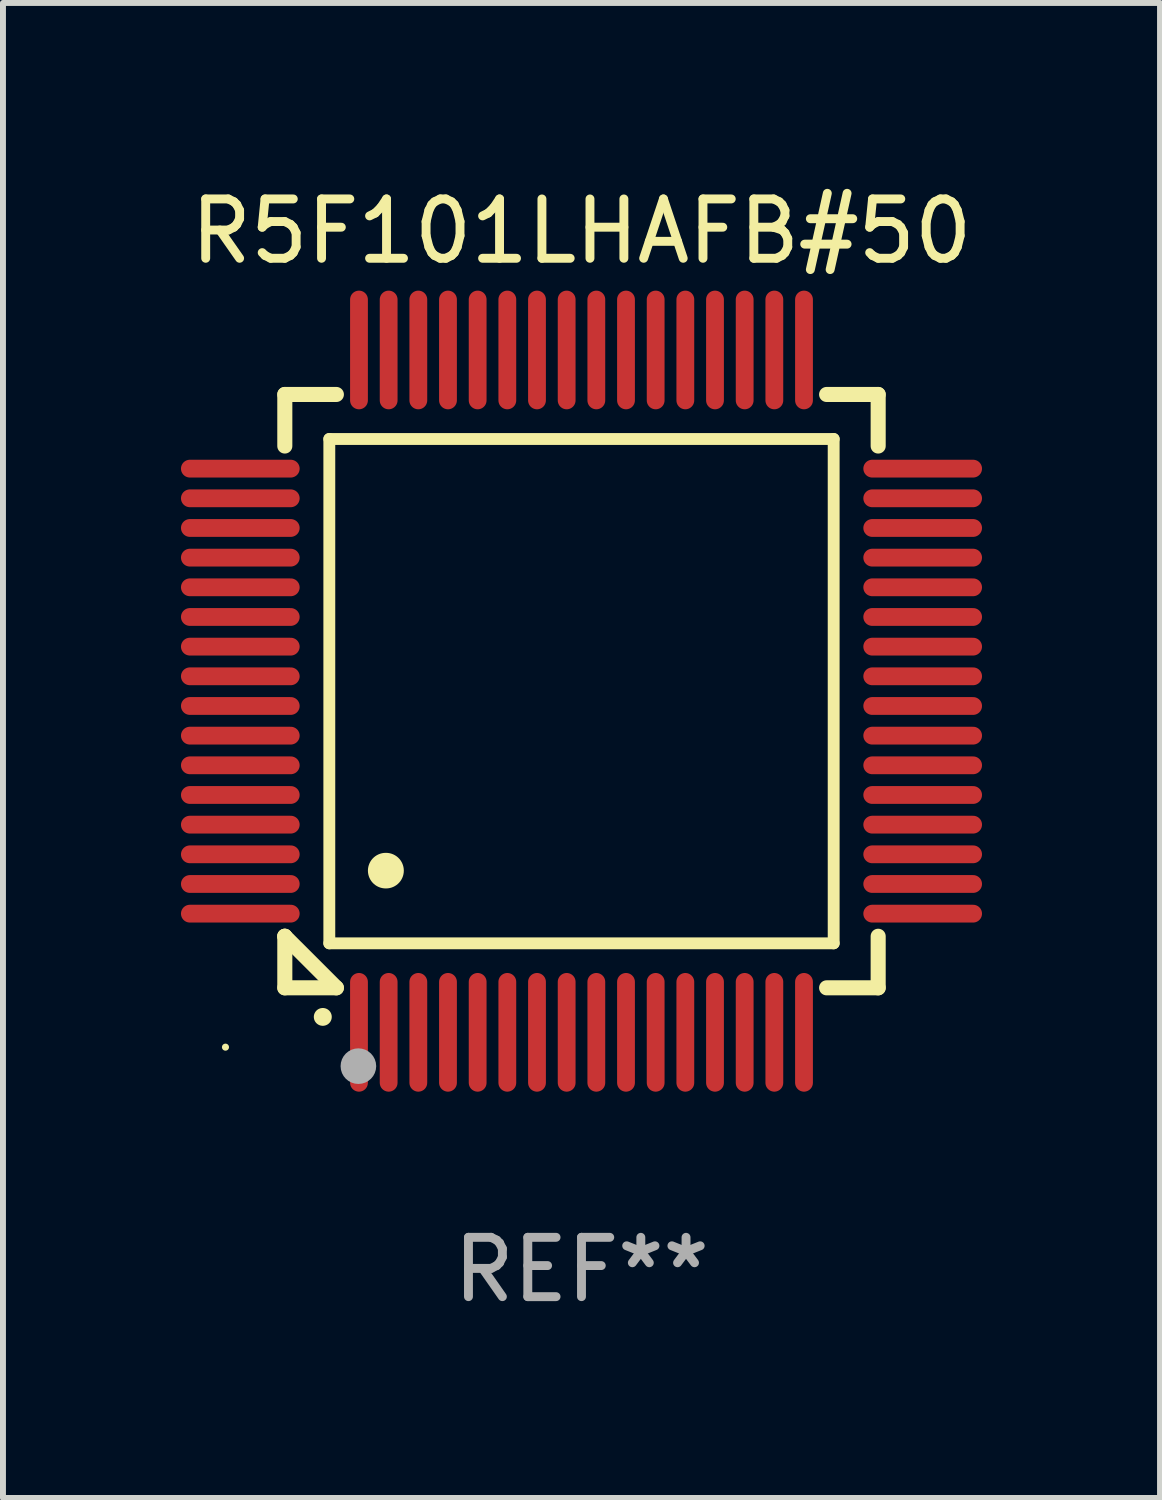
<source format=kicad_pcb>
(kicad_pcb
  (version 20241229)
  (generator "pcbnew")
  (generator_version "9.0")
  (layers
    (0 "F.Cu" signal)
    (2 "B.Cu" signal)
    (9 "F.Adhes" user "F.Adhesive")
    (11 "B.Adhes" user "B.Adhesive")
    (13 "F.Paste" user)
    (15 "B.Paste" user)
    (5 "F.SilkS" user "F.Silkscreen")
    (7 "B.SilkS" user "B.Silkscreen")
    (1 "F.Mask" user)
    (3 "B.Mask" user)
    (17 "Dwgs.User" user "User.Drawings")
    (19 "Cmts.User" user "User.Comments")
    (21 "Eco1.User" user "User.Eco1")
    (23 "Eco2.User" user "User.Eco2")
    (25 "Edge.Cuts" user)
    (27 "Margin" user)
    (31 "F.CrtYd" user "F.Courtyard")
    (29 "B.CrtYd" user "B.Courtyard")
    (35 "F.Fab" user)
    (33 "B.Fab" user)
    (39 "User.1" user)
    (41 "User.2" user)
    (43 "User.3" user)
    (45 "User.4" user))
  (footprint "R5F101LHAFB#50"
    (layer "F.Cu")
    (at 6.75 8.598)
    (property "Reference" "R5F101LHAFB#50" (at 0 -7.75 0) (layer "F.SilkS") (effects (font (size 1 1) (thickness 0.15))))
    (attr through_hole)
    (fp_line (start -5 -5) (end -4.131 -5) (stroke (width 0.254) (type solid)) (layer "F.SilkS"))
    (fp_line (start -5 -4.131) (end -5 -5) (stroke (width 0.254) (type solid)) (layer "F.SilkS"))
    (fp_line (start -5 4.131) (end -5 4.131) (stroke (width 0.254) (type solid)) (layer "F.SilkS"))
    (fp_line (start -5 5) (end -5 4.131) (stroke (width 0.254) (type solid)) (layer "F.SilkS"))
    (fp_line (start -5 4.131) (end -4.131 5) (stroke (width 0.254) (type solid)) (layer "F.SilkS"))
    (fp_line (start -4.25 -4.25) (end -4.25 4.25) (stroke (width 0.2) (type solid)) (layer "F.SilkS"))
    (fp_line (start -4.25 4.25) (end 4.25 4.25) (stroke (width 0.2) (type solid)) (layer "F.SilkS"))
    (fp_line (start -4.131 5) (end -5 5) (stroke (width 0.254) (type solid)) (layer "F.SilkS"))
    (fp_line (start 4.25 -4.25) (end -4.25 -4.25) (stroke (width 0.2) (type solid)) (layer "F.SilkS"))
    (fp_line (start 4.25 4.25) (end 4.25 -4.25) (stroke (width 0.2) (type solid)) (layer "F.SilkS"))
    (fp_line (start 5 -5) (end 4.131 -5) (stroke (width 0.254) (type solid)) (layer "F.SilkS"))
    (fp_line (start 5 -5) (end 5 -4.131) (stroke (width 0.254) (type solid)) (layer "F.SilkS"))
    (fp_line (start 5 4.131) (end 5 5) (stroke (width 0.254) (type solid)) (layer "F.SilkS"))
    (fp_line (start 5 5) (end 4.131 5) (stroke (width 0.254) (type solid)) (layer "F.SilkS"))
    (fp_arc (start -4.361265 5.489992) (mid -4.359995 5.489987) (end -4.358725 5.489992) (stroke (width 0.3) (type solid)) (layer "F.SilkS"))
    (fp_arc (start -3.299467 3.025146) (mid -3.296927 3.025135) (end -3.294387 3.025146) (stroke (width 0.6) (type solid)) (layer "F.SilkS"))
    (fp_circle (center -6 6) (end -5.97 6) (stroke (width 0.06) (type solid)) (fill no) (layer "F.SilkS"))
    (fp_circle (center -3.76 6.32) (end -3.61 6.32) (stroke (width 0.3) (type solid)) (fill no) (layer "F.Fab"))
    (fp_text user "REF**" (at 0 9.75 0) (layer "F.Fab") (effects (font (size 1 1) (thickness 0.15))))
    (pad "1" smd oval (at -3.75 5.75) (size 0.3 2) (layers "F.Cu" "F.Mask" "F.Paste"))
    (pad "2" smd oval (at -3.25 5.75) (size 0.3 2) (layers "F.Cu" "F.Mask" "F.Paste"))
    (pad "3" smd oval (at -2.75 5.75) (size 0.3 2) (layers "F.Cu" "F.Mask" "F.Paste"))
    (pad "4" smd oval (at -2.25 5.75) (size 0.3 2) (layers "F.Cu" "F.Mask" "F.Paste"))
    (pad "5" smd oval (at -1.75 5.75) (size 0.3 2) (layers "F.Cu" "F.Mask" "F.Paste"))
    (pad "6" smd oval (at -1.25 5.75) (size 0.3 2) (layers "F.Cu" "F.Mask" "F.Paste"))
    (pad "7" smd oval (at -0.75 5.75) (size 0.3 2) (layers "F.Cu" "F.Mask" "F.Paste"))
    (pad "8" smd oval (at -0.25 5.75) (size 0.3 2) (layers "F.Cu" "F.Mask" "F.Paste"))
    (pad "9" smd oval (at 0.25 5.75) (size 0.3 2) (layers "F.Cu" "F.Mask" "F.Paste"))
    (pad "10" smd oval (at 0.75 5.75) (size 0.3 2) (layers "F.Cu" "F.Mask" "F.Paste"))
    (pad "11" smd oval (at 1.25 5.75) (size 0.3 2) (layers "F.Cu" "F.Mask" "F.Paste"))
    (pad "12" smd oval (at 1.75 5.75) (size 0.3 2) (layers "F.Cu" "F.Mask" "F.Paste"))
    (pad "13" smd oval (at 2.25 5.75) (size 0.3 2) (layers "F.Cu" "F.Mask" "F.Paste"))
    (pad "14" smd oval (at 2.75 5.75) (size 0.3 2) (layers "F.Cu" "F.Mask" "F.Paste"))
    (pad "15" smd oval (at 3.25 5.75) (size 0.3 2) (layers "F.Cu" "F.Mask" "F.Paste"))
    (pad "16" smd oval (at 3.75 5.75) (size 0.3 2) (layers "F.Cu" "F.Mask" "F.Paste"))
    (pad "17" smd oval (at 5.75 3.75) (size 2 0.3) (layers "F.Cu" "F.Mask" "F.Paste"))
    (pad "18" smd oval (at 5.75 3.25) (size 2 0.3) (layers "F.Cu" "F.Mask" "F.Paste"))
    (pad "19" smd oval (at 5.75 2.75) (size 2 0.3) (layers "F.Cu" "F.Mask" "F.Paste"))
    (pad "20" smd oval (at 5.75 2.25) (size 2 0.3) (layers "F.Cu" "F.Mask" "F.Paste"))
    (pad "21" smd oval (at 5.75 1.75) (size 2 0.3) (layers "F.Cu" "F.Mask" "F.Paste"))
    (pad "22" smd oval (at 5.75 1.25) (size 2 0.3) (layers "F.Cu" "F.Mask" "F.Paste"))
    (pad "23" smd oval (at 5.75 0.75) (size 2 0.3) (layers "F.Cu" "F.Mask" "F.Paste"))
    (pad "24" smd oval (at 5.75 0.25) (size 2 0.3) (layers "F.Cu" "F.Mask" "F.Paste"))
    (pad "25" smd oval (at 5.75 -0.25) (size 2 0.3) (layers "F.Cu" "F.Mask" "F.Paste"))
    (pad "26" smd oval (at 5.75 -0.75) (size 2 0.3) (layers "F.Cu" "F.Mask" "F.Paste"))
    (pad "27" smd oval (at 5.75 -1.25) (size 2 0.3) (layers "F.Cu" "F.Mask" "F.Paste"))
    (pad "28" smd oval (at 5.75 -1.75) (size 2 0.3) (layers "F.Cu" "F.Mask" "F.Paste"))
    (pad "29" smd oval (at 5.75 -2.25) (size 2 0.3) (layers "F.Cu" "F.Mask" "F.Paste"))
    (pad "30" smd oval (at 5.75 -2.75) (size 2 0.3) (layers "F.Cu" "F.Mask" "F.Paste"))
    (pad "31" smd oval (at 5.75 -3.25) (size 2 0.3) (layers "F.Cu" "F.Mask" "F.Paste"))
    (pad "32" smd oval (at 5.75 -3.75) (size 2 0.3) (layers "F.Cu" "F.Mask" "F.Paste"))
    (pad "33" smd oval (at 3.75 -5.75) (size 0.3 2) (layers "F.Cu" "F.Mask" "F.Paste"))
    (pad "34" smd oval (at 3.25 -5.75) (size 0.3 2) (layers "F.Cu" "F.Mask" "F.Paste"))
    (pad "35" smd oval (at 2.75 -5.75) (size 0.3 2) (layers "F.Cu" "F.Mask" "F.Paste"))
    (pad "36" smd oval (at 2.25 -5.75) (size 0.3 2) (layers "F.Cu" "F.Mask" "F.Paste"))
    (pad "37" smd oval (at 1.75 -5.75) (size 0.3 2) (layers "F.Cu" "F.Mask" "F.Paste"))
    (pad "38" smd oval (at 1.25 -5.75) (size 0.3 2) (layers "F.Cu" "F.Mask" "F.Paste"))
    (pad "39" smd oval (at 0.75 -5.75) (size 0.3 2) (layers "F.Cu" "F.Mask" "F.Paste"))
    (pad "40" smd oval (at 0.25 -5.75) (size 0.3 2) (layers "F.Cu" "F.Mask" "F.Paste"))
    (pad "41" smd oval (at -0.25 -5.75) (size 0.3 2) (layers "F.Cu" "F.Mask" "F.Paste"))
    (pad "42" smd oval (at -0.75 -5.75) (size 0.3 2) (layers "F.Cu" "F.Mask" "F.Paste"))
    (pad "43" smd oval (at -1.25 -5.75) (size 0.3 2) (layers "F.Cu" "F.Mask" "F.Paste"))
    (pad "44" smd oval (at -1.75 -5.75) (size 0.3 2) (layers "F.Cu" "F.Mask" "F.Paste"))
    (pad "45" smd oval (at -2.25 -5.75) (size 0.3 2) (layers "F.Cu" "F.Mask" "F.Paste"))
    (pad "46" smd oval (at -2.75 -5.75) (size 0.3 2) (layers "F.Cu" "F.Mask" "F.Paste"))
    (pad "47" smd oval (at -3.25 -5.75) (size 0.3 2) (layers "F.Cu" "F.Mask" "F.Paste"))
    (pad "48" smd oval (at -3.75 -5.75) (size 0.3 2) (layers "F.Cu" "F.Mask" "F.Paste"))
    (pad "49" smd oval (at -5.75 -3.75) (size 2 0.3) (layers "F.Cu" "F.Mask" "F.Paste"))
    (pad "50" smd oval (at -5.75 -3.25) (size 2 0.3) (layers "F.Cu" "F.Mask" "F.Paste"))
    (pad "51" smd oval (at -5.75 -2.75) (size 2 0.3) (layers "F.Cu" "F.Mask" "F.Paste"))
    (pad "52" smd oval (at -5.75 -2.25) (size 2 0.3) (layers "F.Cu" "F.Mask" "F.Paste"))
    (pad "53" smd oval (at -5.75 -1.75) (size 2 0.3) (layers "F.Cu" "F.Mask" "F.Paste"))
    (pad "54" smd oval (at -5.75 -1.25) (size 2 0.3) (layers "F.Cu" "F.Mask" "F.Paste"))
    (pad "55" smd oval (at -5.75 -0.75) (size 2 0.3) (layers "F.Cu" "F.Mask" "F.Paste"))
    (pad "56" smd oval (at -5.75 -0.25) (size 2 0.3) (layers "F.Cu" "F.Mask" "F.Paste"))
    (pad "57" smd oval (at -5.75 0.25) (size 2 0.3) (layers "F.Cu" "F.Mask" "F.Paste"))
    (pad "58" smd oval (at -5.75 0.75) (size 2 0.3) (layers "F.Cu" "F.Mask" "F.Paste"))
    (pad "59" smd oval (at -5.75 1.25) (size 2 0.3) (layers "F.Cu" "F.Mask" "F.Paste"))
    (pad "60" smd oval (at -5.75 1.75) (size 2 0.3) (layers "F.Cu" "F.Mask" "F.Paste"))
    (pad "61" smd oval (at -5.75 2.25) (size 2 0.3) (layers "F.Cu" "F.Mask" "F.Paste"))
    (pad "62" smd oval (at -5.75 2.75) (size 2 0.3) (layers "F.Cu" "F.Mask" "F.Paste"))
    (pad "63" smd oval (at -5.75 3.25) (size 2 0.3) (layers "F.Cu" "F.Mask" "F.Paste"))
    (pad "64" smd oval (at -5.75 3.75) (size 2 0.3) (layers "F.Cu" "F.Mask" "F.Paste")))
  (gr_rect
    (start -3 -3)
    (end 16.5 22.196)
    (stroke (width 0.1) (type default))
    (fill no)
    (layer "Edge.Cuts")))
</source>
